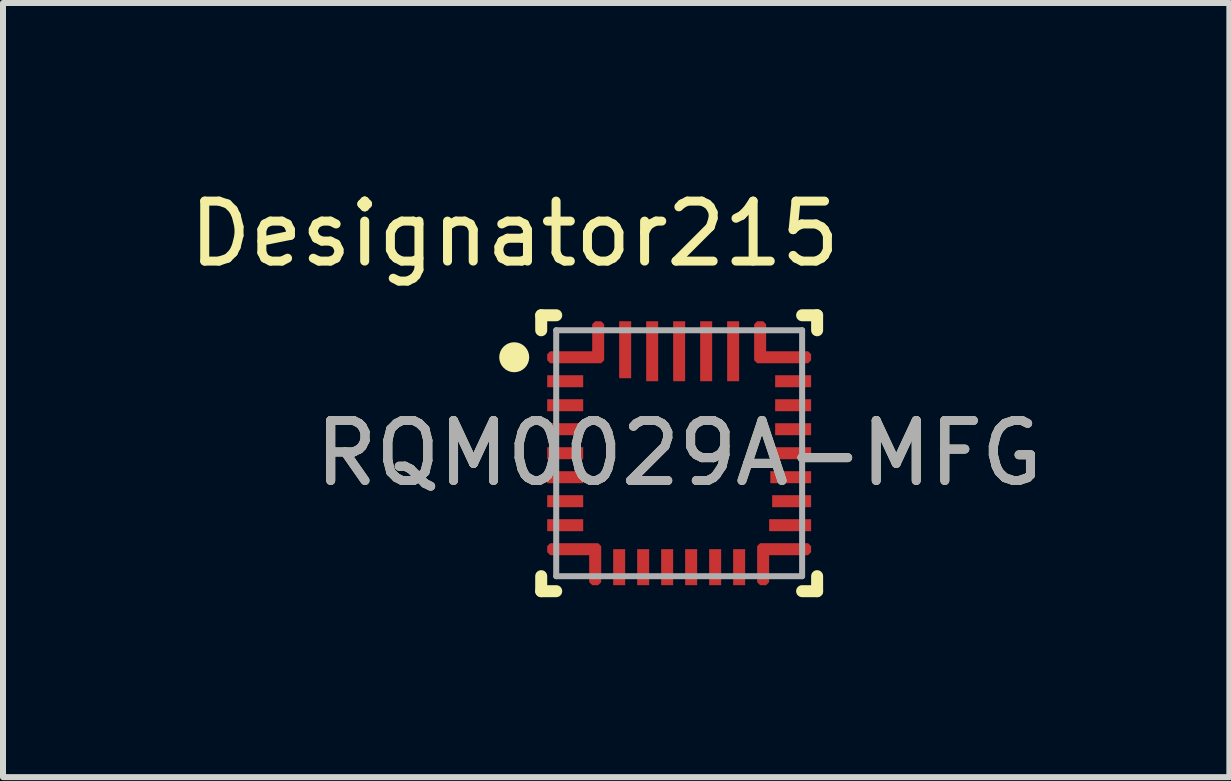
<source format=kicad_pcb>
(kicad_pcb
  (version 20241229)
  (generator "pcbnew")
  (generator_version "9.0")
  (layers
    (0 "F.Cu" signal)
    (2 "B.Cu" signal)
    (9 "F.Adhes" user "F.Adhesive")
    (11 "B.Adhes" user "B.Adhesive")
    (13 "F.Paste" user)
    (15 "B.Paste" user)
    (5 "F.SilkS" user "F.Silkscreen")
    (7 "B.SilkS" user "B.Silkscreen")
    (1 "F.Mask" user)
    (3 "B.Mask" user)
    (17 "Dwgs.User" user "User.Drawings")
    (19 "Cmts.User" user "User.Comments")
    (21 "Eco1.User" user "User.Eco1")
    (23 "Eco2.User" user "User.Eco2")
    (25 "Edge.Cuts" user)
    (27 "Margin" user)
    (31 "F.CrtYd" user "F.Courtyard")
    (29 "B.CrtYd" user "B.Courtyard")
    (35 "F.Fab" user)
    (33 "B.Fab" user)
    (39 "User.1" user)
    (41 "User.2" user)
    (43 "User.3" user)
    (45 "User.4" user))
  (footprint "RQM0029A-MFG"
    (layer "F.Cu")
    (at 8.273 4.506)
    (property "Reference" "RQM0029A-MFG" (at 0 0 0) (unlocked yes) (layer "F.SilkS") (effects (font (size 1 1) (thickness 0.15))))
    (attr smd)
    (fp_poly (pts (xy -2.2 -1.65) (xy -2.15 -1.7) (xy -1.45 -1.7) (xy -1.45 -2.15) (xy -1.4 -2.2) (xy -1.3 -2.2) (xy -1.25 -2.15) (xy -1.25 -1.55) (xy -1.3 -1.5) (xy -2.15 -1.5) (xy -2.2 -1.55)) (stroke (width 0) (type solid)) (fill yes) (layer "F.Cu"))
    (fp_poly (pts (xy -2.2 1.65) (xy -2.15 1.7) (xy -1.5 1.7) (xy -1.5 2.15) (xy -1.45 2.2) (xy -1.35 2.2) (xy -1.3 2.15) (xy -1.3 1.55) (xy -1.35 1.5) (xy -2.15 1.5) (xy -2.2 1.55)) (stroke (width 0) (type solid)) (fill yes) (layer "F.Cu"))
    (fp_poly (pts (xy 2.2 -1.65) (xy 2.15 -1.7) (xy 1.45 -1.7) (xy 1.45 -2.15) (xy 1.4 -2.2) (xy 1.3 -2.2) (xy 1.25 -2.15) (xy 1.25 -1.55) (xy 1.3 -1.5) (xy 2.15 -1.5) (xy 2.2 -1.55)) (stroke (width 0) (type solid)) (fill yes) (layer "F.Cu"))
    (fp_poly (pts (xy 2.2 1.65) (xy 2.15 1.7) (xy 1.5 1.7) (xy 1.5 2.15) (xy 1.45 2.2) (xy 1.35 2.2) (xy 1.3 2.15) (xy 1.3 1.55) (xy 1.35 1.5) (xy 2.15 1.5) (xy 2.2 1.55)) (stroke (width 0) (type solid)) (fill yes) (layer "F.Cu"))
    (fp_poly (pts (xy -2.2 -1.65) (xy -2.15 -1.7) (xy -1.45 -1.7) (xy -1.45 -2.15) (xy -1.4 -2.2) (xy -1.3 -2.2) (xy -1.25 -2.15) (xy -1.25 -1.55) (xy -1.3 -1.5) (xy -2.15 -1.5) (xy -2.2 -1.55)) (stroke (width 0) (type solid)) (fill yes) (layer "F.Mask"))
    (fp_poly (pts (xy -2.2 1.65) (xy -2.2 1.55) (xy -2.15 1.5) (xy -1.35 1.5) (xy -1.3 1.55) (xy -1.3 2.15) (xy -1.35 2.2) (xy -1.45 2.2) (xy -1.5 2.15) (xy -1.5 1.7) (xy -2.15 1.7)) (stroke (width 0) (type solid)) (fill yes) (layer "F.Mask"))
    (fp_poly (pts (xy 2.2 -1.65) (xy 2.2 -1.55) (xy 2.15 -1.5) (xy 1.3 -1.5) (xy 1.25 -1.55) (xy 1.25 -2.15) (xy 1.3 -2.2) (xy 1.4 -2.2) (xy 1.45 -2.15) (xy 1.45 -1.7) (xy 2.15 -1.7)) (stroke (width 0) (type solid)) (fill yes) (layer "F.Mask"))
    (fp_poly (pts (xy 2.2 1.65) (xy 2.15 1.7) (xy 1.5 1.7) (xy 1.5 2.15) (xy 1.45 2.2) (xy 1.35 2.2) (xy 1.3 2.15) (xy 1.3 1.55) (xy 1.35 1.5) (xy 2.15 1.5) (xy 2.2 1.55)) (stroke (width 0) (type solid)) (fill yes) (layer "F.Mask"))
    (fp_line (start -2.3 -2.3) (end -2.05 -2.3) (stroke (width 0.2) (type solid)) (layer "F.SilkS"))
    (fp_line (start -2.3 -2.05) (end -2.3 -2.3) (stroke (width 0.2) (type solid)) (layer "F.SilkS"))
    (fp_line (start -2.3 2.3) (end -2.3 2.05) (stroke (width 0.2) (type solid)) (layer "F.SilkS"))
    (fp_line (start -2.3 2.3) (end -2.05 2.3) (stroke (width 0.2) (type solid)) (layer "F.SilkS"))
    (fp_line (start 2.05 -2.3) (end 2.3 -2.3) (stroke (width 0.2) (type solid)) (layer "F.SilkS"))
    (fp_line (start 2.05 2.3) (end 2.3 2.3) (stroke (width 0.2) (type solid)) (layer "F.SilkS"))
    (fp_line (start 2.3 -2.05) (end 2.3 -2.3) (stroke (width 0.2) (type solid)) (layer "F.SilkS"))
    (fp_line (start 2.3 2.3) (end 2.3 2.05) (stroke (width 0.2) (type solid)) (layer "F.SilkS"))
    (fp_circle (center -2.75 -1.6) (end -2.625 -1.6) (stroke (width 0.25) (type solid)) (fill no) (layer "F.SilkS"))
    (fp_poly (pts (xy -2.2 -1.65) (xy -2.15 -1.7) (xy -1.45 -1.7) (xy -1.45 -2.15) (xy -1.4 -2.2) (xy -1.3 -2.2) (xy -1.25 -2.15) (xy -1.25 -1.55) (xy -1.3 -1.5) (xy -2.15 -1.5) (xy -2.2 -1.55)) (stroke (width 0) (type solid)) (fill yes) (layer "F.Paste"))
    (fp_poly (pts (xy -2.2 1.65) (xy -2.2 1.55) (xy -2.15 1.5) (xy -1.35 1.5) (xy -1.3 1.55) (xy -1.3 2.15) (xy -1.35 2.2) (xy -1.45 2.2) (xy -1.5 2.15) (xy -1.5 1.7) (xy -2.15 1.7)) (stroke (width 0) (type solid)) (fill yes) (layer "F.Paste"))
    (fp_poly (pts (xy 2.2 -1.65) (xy 2.2 -1.55) (xy 2.15 -1.5) (xy 1.3 -1.5) (xy 1.25 -1.55) (xy 1.25 -2.15) (xy 1.3 -2.2) (xy 1.4 -2.2) (xy 1.45 -2.15) (xy 1.45 -1.7) (xy 2.15 -1.7)) (stroke (width 0) (type solid)) (fill yes) (layer "F.Paste"))
    (fp_poly (pts (xy 2.2 1.65) (xy 2.15 1.7) (xy 1.5 1.7) (xy 1.5 2.15) (xy 1.45 2.2) (xy 1.35 2.2) (xy 1.3 2.15) (xy 1.3 1.55) (xy 1.35 1.5) (xy 2.15 1.5) (xy 2.2 1.55)) (stroke (width 0) (type solid)) (fill yes) (layer "F.Paste"))
    (fp_line (start -2.05 -2.05) (end 2.05 -2.05) (stroke (width 0.1) (type solid)) (layer "F.Fab"))
    (fp_line (start -2.05 2.05) (end -2.05 -2.05) (stroke (width 0.1) (type solid)) (layer "F.Fab"))
    (fp_line (start -2.05 2.05) (end 2.05 2.05) (stroke (width 0.1) (type solid)) (layer "F.Fab"))
    (fp_line (start 2.05 2.05) (end 2.05 -2.05) (stroke (width 0.1) (type solid)) (layer "F.Fab"))
    (fp_text user "Designator215" (at -2.743 -3.658 0) (unlocked yes) (layer "F.SilkS") (effects (font (size 1 1) (thickness 0.15))))
    (fp_text user "${REFERENCE}" (at 0 0 0) (unlocked yes) (layer "F.Fab") (effects (font (size 1 1) (thickness 0.15))))
    (pad "1" smd circle (at -1.369 -1.631) (size 0.192 0.192) (layers "F.Cu" "F.Mask" "F.Paste"))
    (pad "2" smd rect (at -1.9 -1.2) (size 0.6 0.2) (layers "F.Cu" "F.Mask" "F.Paste"))
    (pad "3" smd rect (at -1.9 -0.8) (size 0.6 0.2) (layers "F.Cu" "F.Mask" "F.Paste"))
    (pad "4" smd rect (at -1.9 -0.4) (size 0.6 0.2) (layers "F.Cu" "F.Mask" "F.Paste"))
    (pad "5" smd rect (at -1.9 0) (size 0.6 0.2) (layers "F.Cu" "F.Mask" "F.Paste"))
    (pad "6" smd rect (at -1.9 0.4) (size 0.6 0.2) (layers "F.Cu" "F.Mask" "F.Paste"))
    (pad "7" smd rect (at -1.9 0.8) (size 0.6 0.2) (layers "F.Cu" "F.Mask" "F.Paste"))
    (pad "8" smd rect (at -1.9 1.2) (size 0.6 0.2) (layers "F.Cu" "F.Mask" "F.Paste"))
    (pad "9" smd circle (at -1.412 1.763) (size 0.158 0.158) (layers "F.Cu" "F.Mask" "F.Paste"))
    (pad "10" smd rect (at -1 1.9 90) (size 0.6 0.2) (layers "F.Cu" "F.Mask" "F.Paste"))
    (pad "11" smd rect (at -0.6 1.9 90) (size 0.6 0.2) (layers "F.Cu" "F.Mask" "F.Paste"))
    (pad "12" smd rect (at -0.2 1.9 90) (size 0.6 0.2) (layers "F.Cu" "F.Mask" "F.Paste"))
    (pad "13" smd rect (at 0.2 1.9 90) (size 0.6 0.2) (layers "F.Cu" "F.Mask" "F.Paste"))
    (pad "14" smd rect (at 0.6 1.9 90) (size 0.6 0.2) (layers "F.Cu" "F.Mask" "F.Paste"))
    (pad "15" smd rect (at 1 1.9 90) (size 0.6 0.2) (layers "F.Cu" "F.Mask" "F.Paste"))
    (pad "16" smd circle (at 1.431 1.631) (size 0.175 0.175) (layers "F.Cu" "F.Mask" "F.Paste"))
    (pad "17" smd rect (at 1.85 1.2) (size 0.7 0.2) (layers "F.Cu" "F.Mask" "F.Paste"))
    (pad "18" smd rect (at 1.875 0.8) (size 0.65 0.2) (layers "F.Cu" "F.Mask" "F.Paste"))
    (pad "19" smd rect (at 1.86 0.4) (size 0.68 0.2) (layers "F.Cu" "F.Mask" "F.Paste"))
    (pad "20" smd rect (at 1.9 0) (size 0.6 0.2) (layers "F.Cu" "F.Mask" "F.Paste"))
    (pad "21" smd rect (at 1.9 -0.4) (size 0.6 0.2) (layers "F.Cu" "F.Mask" "F.Paste"))
    (pad "22" smd rect (at 1.9 -0.8) (size 0.6 0.2) (layers "F.Cu" "F.Mask" "F.Paste"))
    (pad "23" smd rect (at 1.9 -1.2) (size 0.6 0.2) (layers "F.Cu" "F.Mask" "F.Paste"))
    (pad "24" smd circle (at 1.381 -1.631) (size 0.175 0.175) (layers "F.Cu" "F.Mask" "F.Paste"))
    (pad "25" smd rect (at 0.9 -1.7) (size 0.2 1) (layers "F.Cu" "F.Mask" "F.Paste"))
    (pad "26" smd rect (at 0.45 -1.7) (size 0.2 1) (layers "F.Cu" "F.Mask" "F.Paste"))
    (pad "27" smd rect (at 0 -1.7) (size 0.2 1) (layers "F.Cu" "F.Mask" "F.Paste"))
    (pad "28" smd rect (at -0.45 -1.7) (size 0.2 1) (layers "F.Cu" "F.Mask" "F.Paste"))
    (pad "29" smd rect (at -0.9 -1.725) (size 0.2 0.95) (layers "F.Cu" "F.Mask" "F.Paste")))
  (gr_rect
    (start -3 -3)
    (end 17.446 9.906)
    (stroke (width 0.1) (type default))
    (fill no)
    (layer "Edge.Cuts")))
</source>
